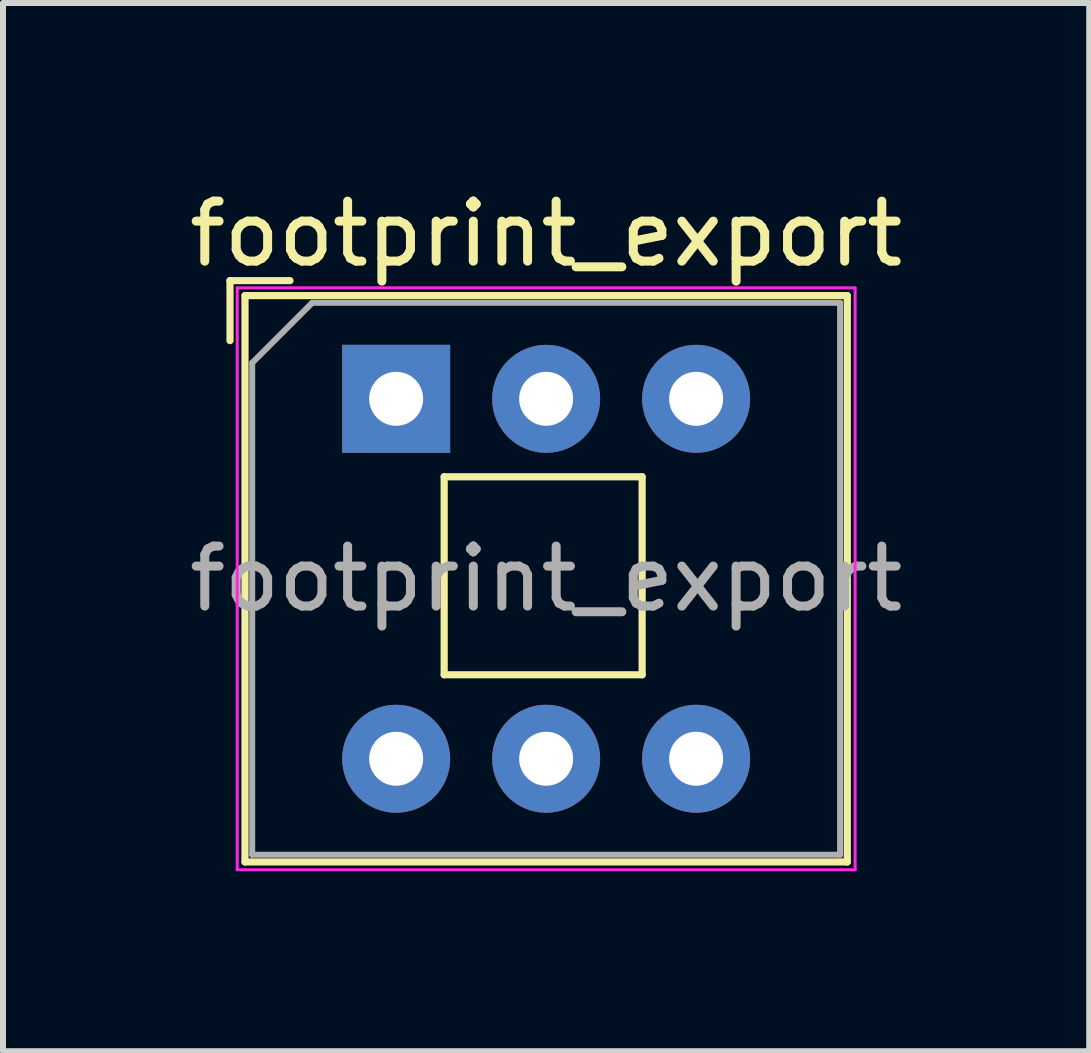
<source format=kicad_pcb>
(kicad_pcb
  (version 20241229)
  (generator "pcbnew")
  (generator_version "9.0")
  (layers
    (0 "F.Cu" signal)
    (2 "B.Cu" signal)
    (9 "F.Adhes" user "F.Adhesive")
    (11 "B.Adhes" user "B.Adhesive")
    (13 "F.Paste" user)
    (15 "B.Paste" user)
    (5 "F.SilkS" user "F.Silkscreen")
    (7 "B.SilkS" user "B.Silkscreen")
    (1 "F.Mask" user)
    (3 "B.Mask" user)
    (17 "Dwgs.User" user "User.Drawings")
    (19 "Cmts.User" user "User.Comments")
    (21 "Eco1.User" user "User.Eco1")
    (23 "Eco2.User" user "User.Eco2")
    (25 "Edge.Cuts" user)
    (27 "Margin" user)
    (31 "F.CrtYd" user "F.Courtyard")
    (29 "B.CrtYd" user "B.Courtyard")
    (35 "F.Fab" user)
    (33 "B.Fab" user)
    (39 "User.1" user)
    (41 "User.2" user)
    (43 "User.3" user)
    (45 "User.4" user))
  (footprint "footprint_export"
    (layer "F.Cu")
    (at 3.554 3.598)
    (property "Reference" "footprint_export" (at 2.5 -2.75 0) (layer "F.SilkS") (effects (font (size 1 1) (thickness 0.15))))
    (attr through_hole)
    (fp_line (start -2.77 -0.97) (end -2.77 -1.97) (stroke (width 0.12) (type solid)) (layer "F.SilkS"))
    (fp_line (start -2.52 7.72) (end -2.52 -1.72) (stroke (width 0.12) (type solid)) (layer "F.SilkS"))
    (fp_line (start -1.77 -1.97) (end -2.77 -1.97) (stroke (width 0.12) (type solid)) (layer "F.SilkS"))
    (fp_line (start 0.8 1.3) (end 0.8 4.6) (stroke (width 0.12) (type solid)) (layer "F.SilkS"))
    (fp_line (start 4.1 1.3) (end 0.8 1.3) (stroke (width 0.12) (type solid)) (layer "F.SilkS"))
    (fp_line (start 4.1 1.3) (end 4.1 4.6) (stroke (width 0.12) (type solid)) (layer "F.SilkS"))
    (fp_line (start 4.1 4.6) (end 0.8 4.6) (stroke (width 0.12) (type solid)) (layer "F.SilkS"))
    (fp_line (start 7.52 -1.72) (end -2.52 -1.72) (stroke (width 0.12) (type solid)) (layer "F.SilkS"))
    (fp_line (start 7.52 7.72) (end -2.52 7.72) (stroke (width 0.12) (type solid)) (layer "F.SilkS"))
    (fp_line (start 7.52 7.72) (end 7.52 -1.72) (stroke (width 0.12) (type solid)) (layer "F.SilkS"))
    (fp_line (start -2.65 -1.85) (end 7.65 -1.85) (stroke (width 0.05) (type solid)) (layer "F.CrtYd"))
    (fp_line (start -2.65 7.85) (end -2.65 -1.85) (stroke (width 0.05) (type solid)) (layer "F.CrtYd"))
    (fp_line (start -2.65 7.85) (end 7.65 7.85) (stroke (width 0.05) (type solid)) (layer "F.CrtYd"))
    (fp_line (start 7.65 -1.85) (end 7.65 7.85) (stroke (width 0.05) (type solid)) (layer "F.CrtYd"))
    (fp_line (start -2.4 -0.6) (end -1.4 -1.6) (stroke (width 0.1) (type solid)) (layer "F.Fab"))
    (fp_line (start -2.4 7.6) (end -2.4 -0.6) (stroke (width 0.1) (type solid)) (layer "F.Fab"))
    (fp_line (start -1.4 -1.6) (end 7.4 -1.6) (stroke (width 0.1) (type solid)) (layer "F.Fab"))
    (fp_line (start 7.4 -1.6) (end 7.4 7.6) (stroke (width 0.1) (type solid)) (layer "F.Fab"))
    (fp_line (start 7.4 7.6) (end -2.4 7.6) (stroke (width 0.1) (type solid)) (layer "F.Fab"))
    (fp_text user "${REFERENCE}" (at 2.5 3 0) (layer "F.Fab") (effects (font (size 1 1) (thickness 0.15))))
    (pad "1" thru_hole rect (at 0 0) (size 1.8 1.8) (drill 0.9) (layers "*.Cu" "*.Mask"))
    (pad "2" thru_hole circle (at 2.5 0) (size 1.8 1.8) (drill 0.9) (layers "*.Cu" "*.Mask"))
    (pad "3" thru_hole circle (at 5 0) (size 1.8 1.8) (drill 0.9) (layers "*.Cu" "*.Mask"))
    (pad "4" thru_hole circle (at 0 6) (size 1.8 1.8) (drill 0.9) (layers "*.Cu" "*.Mask"))
    (pad "5" thru_hole circle (at 2.5 6) (size 1.8 1.8) (drill 0.9) (layers "*.Cu" "*.Mask"))
    (pad "6" thru_hole circle (at 5 6) (size 1.8 1.8) (drill 0.9) (layers "*.Cu" "*.Mask")))
  (gr_rect
    (start -3 -3)
    (end 15.107 14.473)
    (stroke (width 0.1) (type default))
    (fill no)
    (layer "Edge.Cuts")))
</source>
